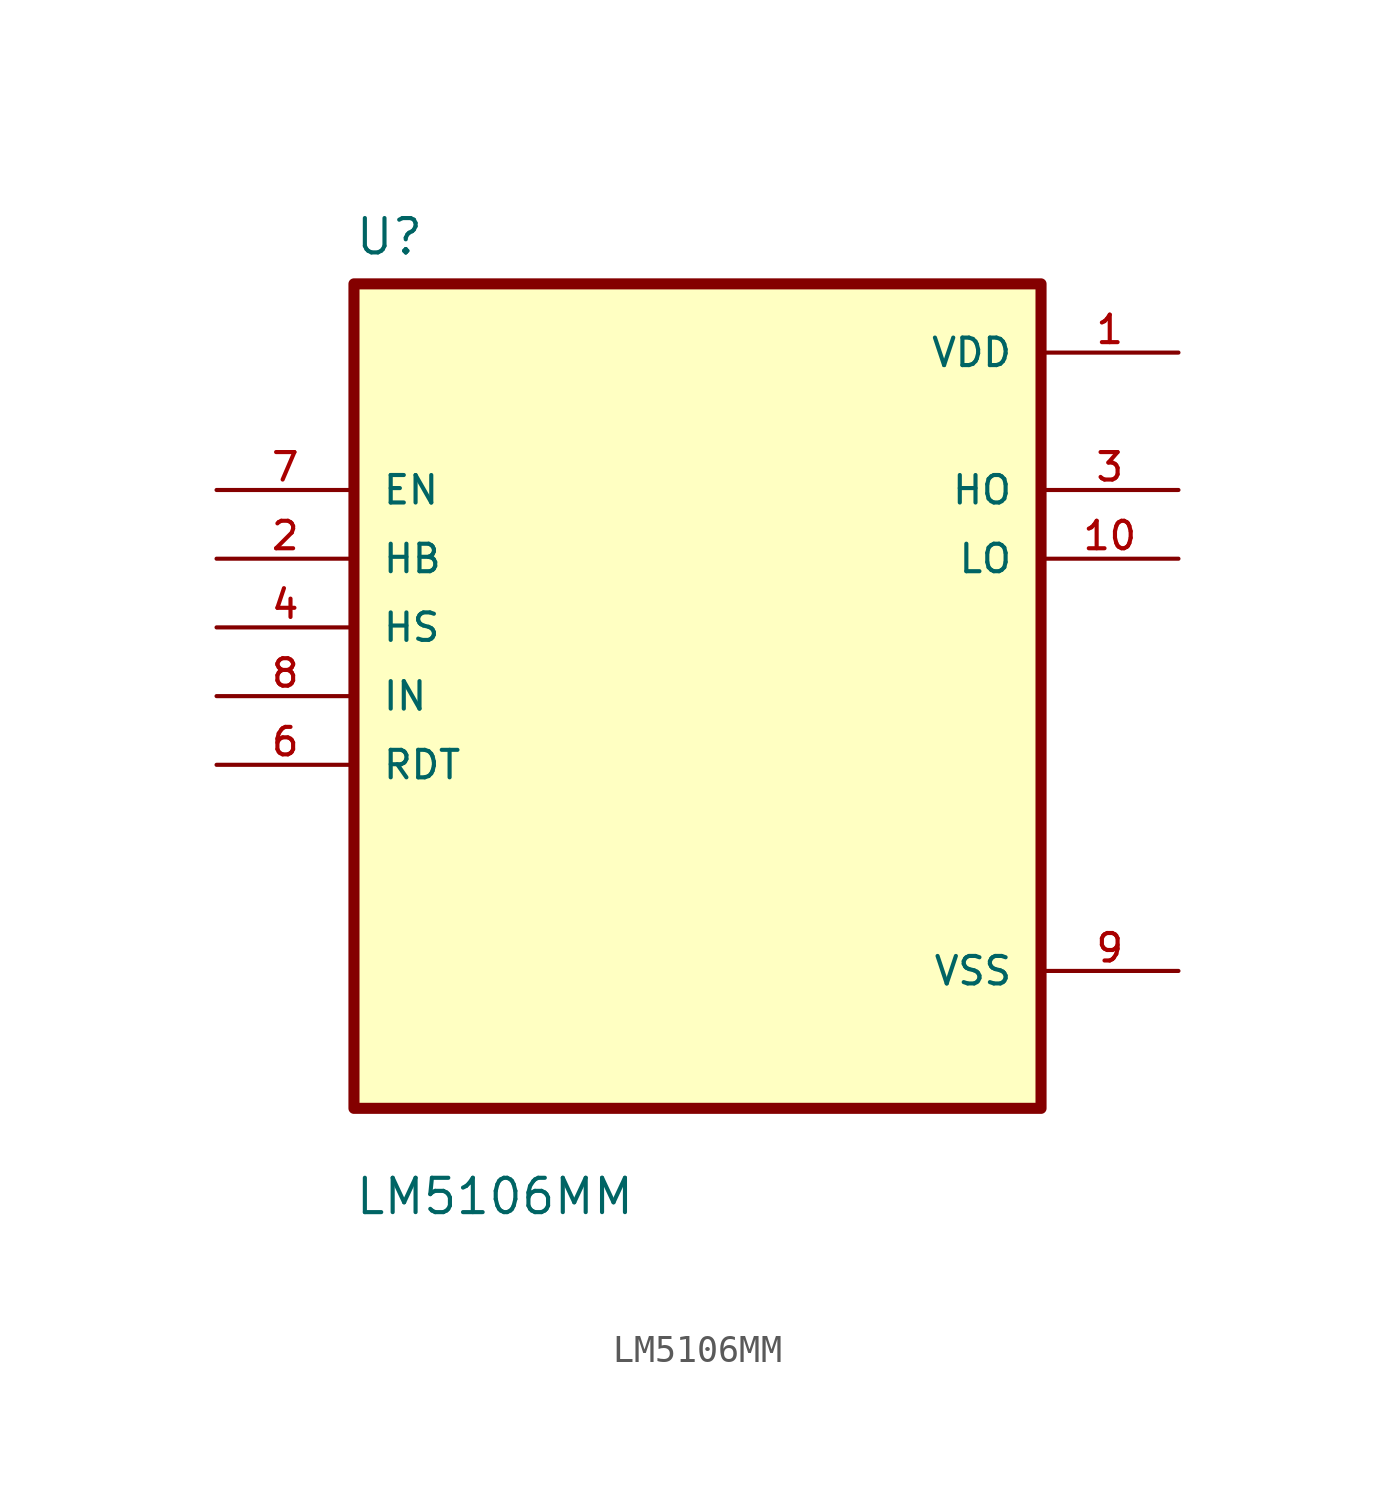
<source format=kicad_sym>
(kicad_symbol_lib
  (version 20211014)
  (generator kicad_symbol_editor)
  (symbol "LM5106MM"
    (pin_names
      (offset 1.016))
    (property "Reference" "U"
      (at -12.7 16.24 0.0)
      (effects (font (size 1.27 1.27)) (justify bottom left)))
    (property "Value" "LM5106MM"
      (at -12.7 -19.24 0.0)
      (effects (font (size 1.27 1.27)) (justify bottom left)))
    (symbol "LM5106MM_0_0"
      (rectangle (start -12.7 -15.24) (end 12.7 15.24) (stroke (width 0.41)) (fill (type background)))
      (pin input line (at -17.78 7.62 0) (length 5.08) (name "EN" (effects (font (size 1.016 1.016)))) (number "7" (effects (font (size 1.016 1.016)))))
      (pin input line (at -17.78 5.08 0) (length 5.08) (name "HB" (effects (font (size 1.016 1.016)))) (number "2" (effects (font (size 1.016 1.016)))))
      (pin input line (at -17.78 2.54 0) (length 5.08) (name "HS" (effects (font (size 1.016 1.016)))) (number "4" (effects (font (size 1.016 1.016)))))
      (pin input line (at -17.78 0.0 0) (length 5.08) (name "IN" (effects (font (size 1.016 1.016)))) (number "8" (effects (font (size 1.016 1.016)))))
      (pin input line (at -17.78 -2.54 0) (length 5.08) (name "RDT" (effects (font (size 1.016 1.016)))) (number "6" (effects (font (size 1.016 1.016)))))
      (pin power_in line (at 17.78 12.7 180.0) (length 5.08) (name "VDD" (effects (font (size 1.016 1.016)))) (number "1" (effects (font (size 1.016 1.016)))))
      (pin output line (at 17.78 7.62 180.0) (length 5.08) (name "HO" (effects (font (size 1.016 1.016)))) (number "3" (effects (font (size 1.016 1.016)))))
      (pin output line (at 17.78 5.08 180.0) (length 5.08) (name "LO" (effects (font (size 1.016 1.016)))) (number "10" (effects (font (size 1.016 1.016)))))
      (pin power_in line (at 17.78 -10.16 180.0) (length 5.08) (name "VSS" (effects (font (size 1.016 1.016)))) (number "9" (effects (font (size 1.016 1.016))))))))
</source>
